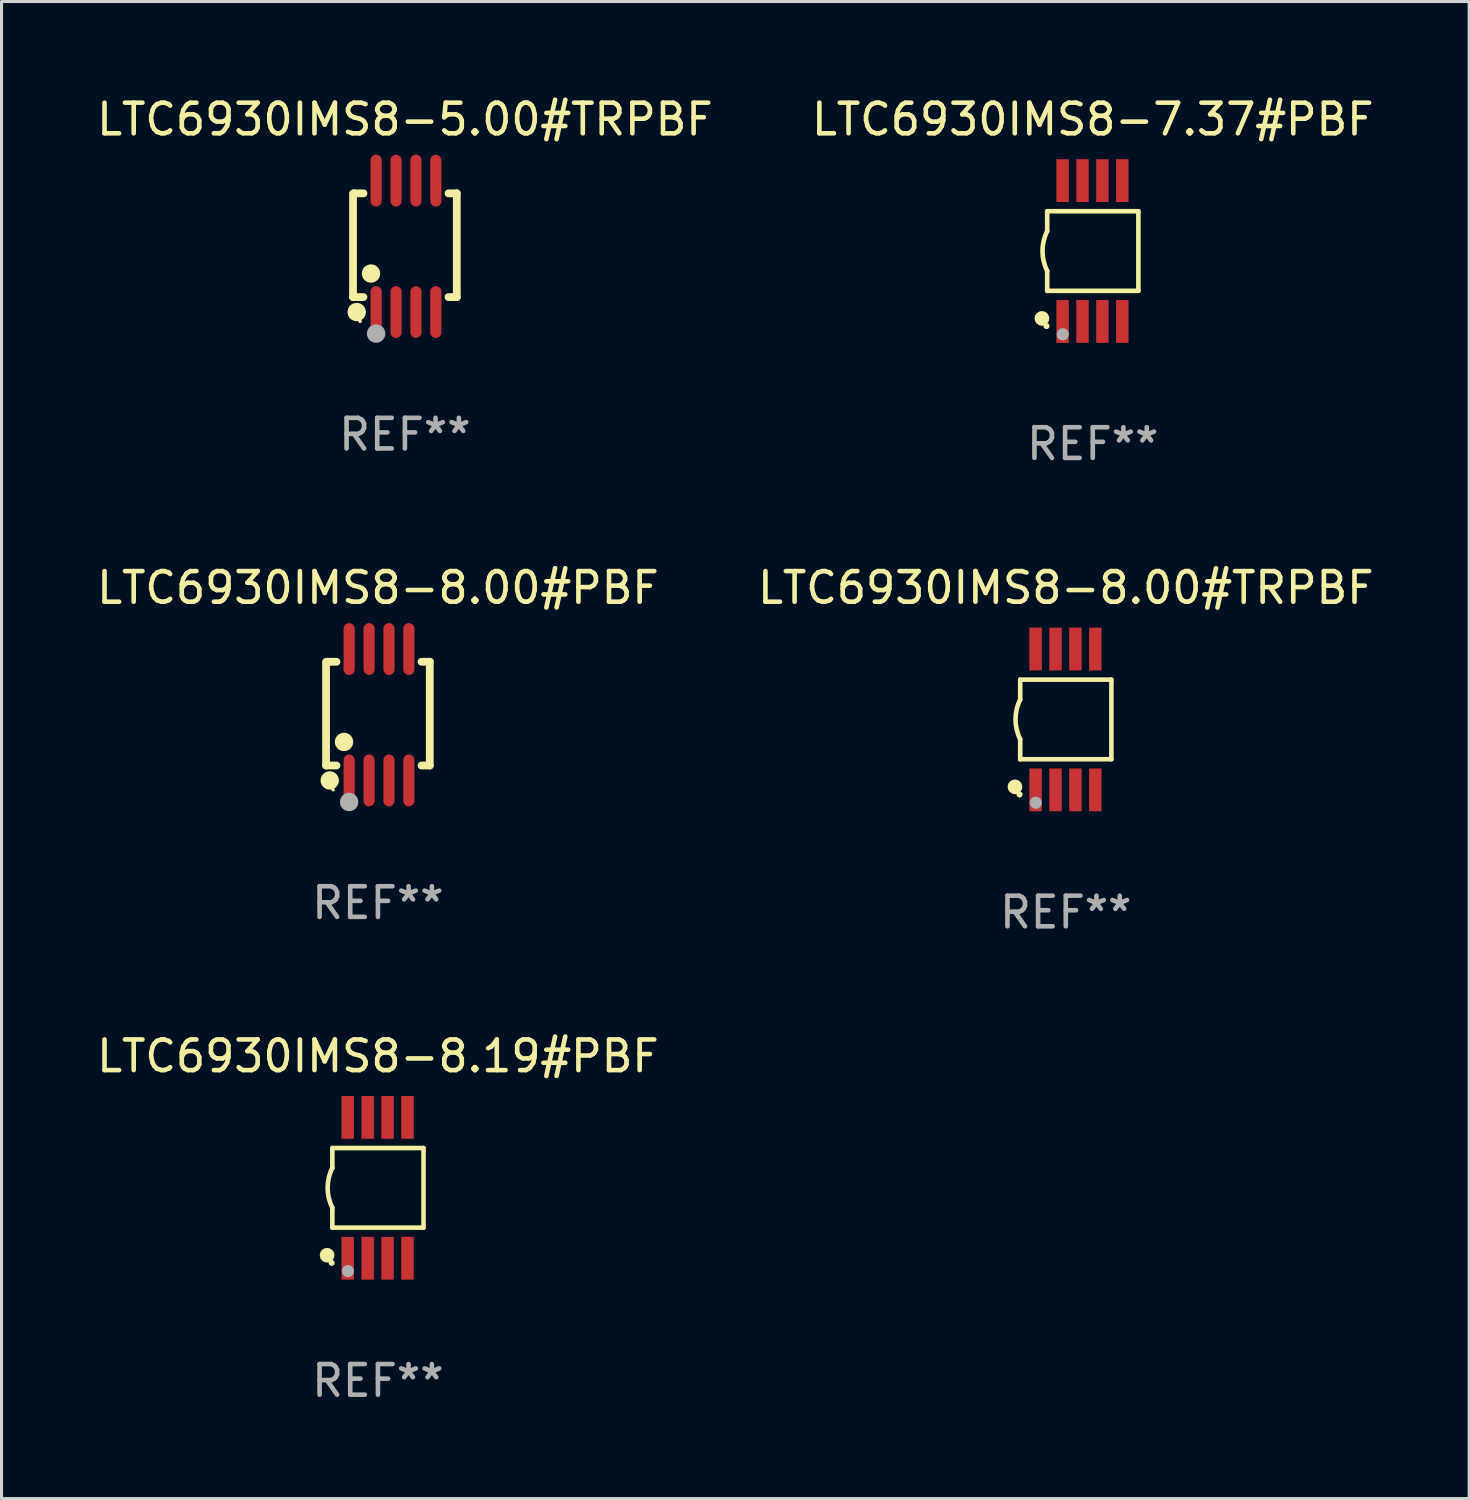
<source format=kicad_pcb>
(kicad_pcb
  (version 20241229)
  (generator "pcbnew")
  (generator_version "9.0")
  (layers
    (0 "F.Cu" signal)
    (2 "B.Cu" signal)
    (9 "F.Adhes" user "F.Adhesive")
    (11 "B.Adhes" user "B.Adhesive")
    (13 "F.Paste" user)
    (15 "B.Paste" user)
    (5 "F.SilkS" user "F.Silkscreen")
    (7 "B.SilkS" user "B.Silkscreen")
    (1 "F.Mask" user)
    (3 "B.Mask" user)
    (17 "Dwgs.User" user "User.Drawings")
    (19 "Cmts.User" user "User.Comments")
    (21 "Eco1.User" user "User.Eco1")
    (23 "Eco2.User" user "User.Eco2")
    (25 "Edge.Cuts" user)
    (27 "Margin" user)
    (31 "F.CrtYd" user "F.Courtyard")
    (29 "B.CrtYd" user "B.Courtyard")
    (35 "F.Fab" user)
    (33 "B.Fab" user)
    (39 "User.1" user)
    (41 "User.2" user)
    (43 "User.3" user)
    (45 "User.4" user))
  (footprint "LTC6930IMS8-8.19#PBF"
    (layer "F.Cu")
    (at 9.292 35.741)
    (property "Reference" "LTC6930IMS8-8.19#PBF" (at 0 -4.3 0) (layer "F.SilkS") (effects (font (size 1 1) (thickness 0.15))))
    (attr through_hole)
    (fp_line (start -1.489 -1.3) (end -1.489 -0.648) (stroke (width 0.15) (type solid)) (layer "F.SilkS"))
    (fp_line (start -1.489 0.648) (end -1.489 1.3) (stroke (width 0.15) (type solid)) (layer "F.SilkS"))
    (fp_line (start -1.489 1.3) (end 1.489 1.3) (stroke (width 0.15) (type solid)) (layer "F.SilkS"))
    (fp_line (start 1.489 -1.3) (end -1.489 -1.3) (stroke (width 0.15) (type solid)) (layer "F.SilkS"))
    (fp_line (start 1.489 1.3) (end 1.489 -1.3) (stroke (width 0.15) (type solid)) (layer "F.SilkS"))
    (fp_arc (start -1.489205 0.647702) (mid -1.642107 0) (end -1.489205 -0.647701) (stroke (width 0.150013) (type solid)) (layer "F.SilkS"))
    (fp_circle (center -1.661 2.2) (end -1.541 2.2) (stroke (width 0.24) (type solid)) (fill no) (layer "F.SilkS"))
    (fp_circle (center -1.511 2.45) (end -1.461 2.45) (stroke (width 0.1) (type solid)) (fill no) (layer "F.SilkS"))
    (fp_circle (center -0.981 2.72) (end -0.881 2.72) (stroke (width 0.2) (type solid)) (fill no) (layer "F.Fab"))
    (fp_text user "REF**" (at 0 6.3 0) (layer "F.Fab") (effects (font (size 1 1) (thickness 0.15))))
    (pad "1" smd rect (at -0.986 2.3) (size 0.406 1.397) (layers "F.Cu" "F.Mask" "F.Paste"))
    (pad "2" smd rect (at -0.336 2.3) (size 0.406 1.397) (layers "F.Cu" "F.Mask" "F.Paste"))
    (pad "3" smd rect (at 0.314 2.3) (size 0.406 1.397) (layers "F.Cu" "F.Mask" "F.Paste"))
    (pad "4" smd rect (at 0.964 2.3) (size 0.406 1.397) (layers "F.Cu" "F.Mask" "F.Paste"))
    (pad "5" smd rect (at 0.964 -2.3) (size 0.406 1.397) (layers "F.Cu" "F.Mask" "F.Paste"))
    (pad "6" smd rect (at 0.314 -2.3) (size 0.406 1.397) (layers "F.Cu" "F.Mask" "F.Paste"))
    (pad "7" smd rect (at -0.336 -2.3) (size 0.406 1.397) (layers "F.Cu" "F.Mask" "F.Paste"))
    (pad "8" smd rect (at -0.986 -2.3) (size 0.406 1.397) (layers "F.Cu" "F.Mask" "F.Paste")))
  (footprint "LTC6930IMS8-8.00#TRPBF"
    (layer "F.Cu")
    (at 31.756 20.445)
    (property "Reference" "LTC6930IMS8-8.00#TRPBF" (at 0 -4.3 0) (layer "F.SilkS") (effects (font (size 1 1) (thickness 0.15))))
    (attr through_hole)
    (fp_line (start -1.489 -1.3) (end -1.489 -0.648) (stroke (width 0.15) (type solid)) (layer "F.SilkS"))
    (fp_line (start -1.489 0.648) (end -1.489 1.3) (stroke (width 0.15) (type solid)) (layer "F.SilkS"))
    (fp_line (start -1.489 1.3) (end 1.489 1.3) (stroke (width 0.15) (type solid)) (layer "F.SilkS"))
    (fp_line (start 1.489 -1.3) (end -1.489 -1.3) (stroke (width 0.15) (type solid)) (layer "F.SilkS"))
    (fp_line (start 1.489 1.3) (end 1.489 -1.3) (stroke (width 0.15) (type solid)) (layer "F.SilkS"))
    (fp_arc (start -1.489205 0.647702) (mid -1.642107 0) (end -1.489205 -0.647701) (stroke (width 0.150013) (type solid)) (layer "F.SilkS"))
    (fp_circle (center -1.661 2.2) (end -1.541 2.2) (stroke (width 0.24) (type solid)) (fill no) (layer "F.SilkS"))
    (fp_circle (center -1.511 2.45) (end -1.461 2.45) (stroke (width 0.1) (type solid)) (fill no) (layer "F.SilkS"))
    (fp_circle (center -0.981 2.72) (end -0.881 2.72) (stroke (width 0.2) (type solid)) (fill no) (layer "F.Fab"))
    (fp_text user "REF**" (at 0 6.3 0) (layer "F.Fab") (effects (font (size 1 1) (thickness 0.15))))
    (pad "1" smd rect (at -0.986 2.3) (size 0.406 1.397) (layers "F.Cu" "F.Mask" "F.Paste"))
    (pad "2" smd rect (at -0.336 2.3) (size 0.406 1.397) (layers "F.Cu" "F.Mask" "F.Paste"))
    (pad "3" smd rect (at 0.314 2.3) (size 0.406 1.397) (layers "F.Cu" "F.Mask" "F.Paste"))
    (pad "4" smd rect (at 0.964 2.3) (size 0.406 1.397) (layers "F.Cu" "F.Mask" "F.Paste"))
    (pad "5" smd rect (at 0.964 -2.3) (size 0.406 1.397) (layers "F.Cu" "F.Mask" "F.Paste"))
    (pad "6" smd rect (at 0.314 -2.3) (size 0.406 1.397) (layers "F.Cu" "F.Mask" "F.Paste"))
    (pad "7" smd rect (at -0.336 -2.3) (size 0.406 1.397) (layers "F.Cu" "F.Mask" "F.Paste"))
    (pad "8" smd rect (at -0.986 -2.3) (size 0.406 1.397) (layers "F.Cu" "F.Mask" "F.Paste")))
  (footprint "LTC6930IMS8-8.00#PBF"
    (layer "F.Cu")
    (at 9.292 20.291)
    (property "Reference" "LTC6930IMS8-8.00#PBF" (at 0 -4.146 0) (layer "F.SilkS") (effects (font (size 1 1) (thickness 0.15))))
    (attr through_hole)
    (fp_line (start -1.694 -1.724) (end -1.694 1.652) (stroke (width 0.254) (type solid)) (layer "F.SilkS"))
    (fp_line (start -1.694 1.652) (end -1.688 1.658) (stroke (width 0.254) (type solid)) (layer "F.SilkS"))
    (fp_line (start -1.688 1.658) (end -1.353 1.658) (stroke (width 0.254) (type solid)) (layer "F.SilkS"))
    (fp_line (start -1.661 -1.73) (end -1.681 -1.71) (stroke (width 0.254) (type solid)) (layer "F.SilkS"))
    (fp_line (start -1.353 -1.73) (end -1.661 -1.73) (stroke (width 0.254) (type solid)) (layer "F.SilkS"))
    (fp_line (start 1.424 1.658) (end 1.694 1.658) (stroke (width 0.254) (type solid)) (layer "F.SilkS"))
    (fp_line (start 1.694 -1.73) (end 1.424 -1.73) (stroke (width 0.254) (type solid)) (layer "F.SilkS"))
    (fp_line (start 1.694 1.658) (end 1.694 -1.73) (stroke (width 0.254) (type solid)) (layer "F.SilkS"))
    (fp_circle (center -1.574 2.146) (end -1.424 2.146) (stroke (width 0.3) (type solid)) (fill no) (layer "F.SilkS"))
    (fp_circle (center -1.464 2.45) (end -1.434 2.45) (stroke (width 0.06) (type solid)) (fill no) (layer "F.SilkS"))
    (fp_circle (center -1.107 0.889) (end -0.957 0.889) (stroke (width 0.3) (type solid)) (fill no) (layer "F.SilkS"))
    (fp_circle (center -0.94 2.85) (end -0.789 2.85) (stroke (width 0.3) (type solid)) (fill no) (layer "F.Fab"))
    (fp_text user "REF**" (at 0 6.146 0) (layer "F.Fab") (effects (font (size 1 1) (thickness 0.15))))
    (pad "1" smd oval (at -0.94 2.146) (size 0.364 1.692) (layers "F.Cu" "F.Mask" "F.Paste"))
    (pad "2" smd oval (at -0.289 2.146) (size 0.364 1.692) (layers "F.Cu" "F.Mask" "F.Paste"))
    (pad "3" smd oval (at 0.361 2.146) (size 0.364 1.692) (layers "F.Cu" "F.Mask" "F.Paste"))
    (pad "4" smd oval (at 1.011 2.146) (size 0.364 1.692) (layers "F.Cu" "F.Mask" "F.Paste"))
    (pad "5" smd oval (at 1.011 -2.146) (size 0.364 1.692) (layers "F.Cu" "F.Mask" "F.Paste"))
    (pad "6" smd oval (at 0.361 -2.146) (size 0.364 1.692) (layers "F.Cu" "F.Mask" "F.Paste"))
    (pad "7" smd oval (at -0.289 -2.146) (size 0.364 1.692) (layers "F.Cu" "F.Mask" "F.Paste"))
    (pad "8" smd oval (at -0.94 -2.146) (size 0.364 1.692) (layers "F.Cu" "F.Mask" "F.Paste")))
  (footprint "LTC6930IMS8-7.37#PBF"
    (layer "F.Cu")
    (at 32.637 5.148)
    (property "Reference" "LTC6930IMS8-7.37#PBF" (at 0 -4.3 0) (layer "F.SilkS") (effects (font (size 1 1) (thickness 0.15))))
    (attr through_hole)
    (fp_line (start -1.489 -1.3) (end -1.489 -0.648) (stroke (width 0.15) (type solid)) (layer "F.SilkS"))
    (fp_line (start -1.489 0.648) (end -1.489 1.3) (stroke (width 0.15) (type solid)) (layer "F.SilkS"))
    (fp_line (start -1.489 1.3) (end 1.489 1.3) (stroke (width 0.15) (type solid)) (layer "F.SilkS"))
    (fp_line (start 1.489 -1.3) (end -1.489 -1.3) (stroke (width 0.15) (type solid)) (layer "F.SilkS"))
    (fp_line (start 1.489 1.3) (end 1.489 -1.3) (stroke (width 0.15) (type solid)) (layer "F.SilkS"))
    (fp_arc (start -1.489205 0.647702) (mid -1.642107 0) (end -1.489205 -0.647701) (stroke (width 0.150013) (type solid)) (layer "F.SilkS"))
    (fp_circle (center -1.661 2.2) (end -1.541 2.2) (stroke (width 0.24) (type solid)) (fill no) (layer "F.SilkS"))
    (fp_circle (center -1.511 2.45) (end -1.461 2.45) (stroke (width 0.1) (type solid)) (fill no) (layer "F.SilkS"))
    (fp_circle (center -0.981 2.72) (end -0.881 2.72) (stroke (width 0.2) (type solid)) (fill no) (layer "F.Fab"))
    (fp_text user "REF**" (at 0 6.3 0) (layer "F.Fab") (effects (font (size 1 1) (thickness 0.15))))
    (pad "1" smd rect (at -0.986 2.3) (size 0.406 1.397) (layers "F.Cu" "F.Mask" "F.Paste"))
    (pad "2" smd rect (at -0.336 2.3) (size 0.406 1.397) (layers "F.Cu" "F.Mask" "F.Paste"))
    (pad "3" smd rect (at 0.314 2.3) (size 0.406 1.397) (layers "F.Cu" "F.Mask" "F.Paste"))
    (pad "4" smd rect (at 0.964 2.3) (size 0.406 1.397) (layers "F.Cu" "F.Mask" "F.Paste"))
    (pad "5" smd rect (at 0.964 -2.3) (size 0.406 1.397) (layers "F.Cu" "F.Mask" "F.Paste"))
    (pad "6" smd rect (at 0.314 -2.3) (size 0.406 1.397) (layers "F.Cu" "F.Mask" "F.Paste"))
    (pad "7" smd rect (at -0.336 -2.3) (size 0.406 1.397) (layers "F.Cu" "F.Mask" "F.Paste"))
    (pad "8" smd rect (at -0.986 -2.3) (size 0.406 1.397) (layers "F.Cu" "F.Mask" "F.Paste")))
  (footprint "LTC6930IMS8-5.00#TRPBF"
    (layer "F.Cu")
    (at 10.173 4.994)
    (property "Reference" "LTC6930IMS8-5.00#TRPBF" (at 0 -4.146 0) (layer "F.SilkS") (effects (font (size 1 1) (thickness 0.15))))
    (attr through_hole)
    (fp_line (start -1.694 -1.724) (end -1.694 1.652) (stroke (width 0.254) (type solid)) (layer "F.SilkS"))
    (fp_line (start -1.694 1.652) (end -1.688 1.658) (stroke (width 0.254) (type solid)) (layer "F.SilkS"))
    (fp_line (start -1.688 1.658) (end -1.353 1.658) (stroke (width 0.254) (type solid)) (layer "F.SilkS"))
    (fp_line (start -1.661 -1.73) (end -1.681 -1.71) (stroke (width 0.254) (type solid)) (layer "F.SilkS"))
    (fp_line (start -1.353 -1.73) (end -1.661 -1.73) (stroke (width 0.254) (type solid)) (layer "F.SilkS"))
    (fp_line (start 1.424 1.658) (end 1.694 1.658) (stroke (width 0.254) (type solid)) (layer "F.SilkS"))
    (fp_line (start 1.694 -1.73) (end 1.424 -1.73) (stroke (width 0.254) (type solid)) (layer "F.SilkS"))
    (fp_line (start 1.694 1.658) (end 1.694 -1.73) (stroke (width 0.254) (type solid)) (layer "F.SilkS"))
    (fp_circle (center -1.574 2.146) (end -1.424 2.146) (stroke (width 0.3) (type solid)) (fill no) (layer "F.SilkS"))
    (fp_circle (center -1.464 2.45) (end -1.434 2.45) (stroke (width 0.06) (type solid)) (fill no) (layer "F.SilkS"))
    (fp_circle (center -1.107 0.889) (end -0.957 0.889) (stroke (width 0.3) (type solid)) (fill no) (layer "F.SilkS"))
    (fp_circle (center -0.94 2.85) (end -0.789 2.85) (stroke (width 0.3) (type solid)) (fill no) (layer "F.Fab"))
    (fp_text user "REF**" (at 0 6.146 0) (layer "F.Fab") (effects (font (size 1 1) (thickness 0.15))))
    (pad "1" smd oval (at -0.94 2.146) (size 0.364 1.692) (layers "F.Cu" "F.Mask" "F.Paste"))
    (pad "2" smd oval (at -0.289 2.146) (size 0.364 1.692) (layers "F.Cu" "F.Mask" "F.Paste"))
    (pad "3" smd oval (at 0.361 2.146) (size 0.364 1.692) (layers "F.Cu" "F.Mask" "F.Paste"))
    (pad "4" smd oval (at 1.011 2.146) (size 0.364 1.692) (layers "F.Cu" "F.Mask" "F.Paste"))
    (pad "5" smd oval (at 1.011 -2.146) (size 0.364 1.692) (layers "F.Cu" "F.Mask" "F.Paste"))
    (pad "6" smd oval (at 0.361 -2.146) (size 0.364 1.692) (layers "F.Cu" "F.Mask" "F.Paste"))
    (pad "7" smd oval (at -0.289 -2.146) (size 0.364 1.692) (layers "F.Cu" "F.Mask" "F.Paste"))
    (pad "8" smd oval (at -0.94 -2.146) (size 0.364 1.692) (layers "F.Cu" "F.Mask" "F.Paste")))
  (gr_rect
    (start -3 -3)
    (end 44.929 45.889)
    (stroke (width 0.1) (type default))
    (fill no)
    (layer "Edge.Cuts")))
</source>
